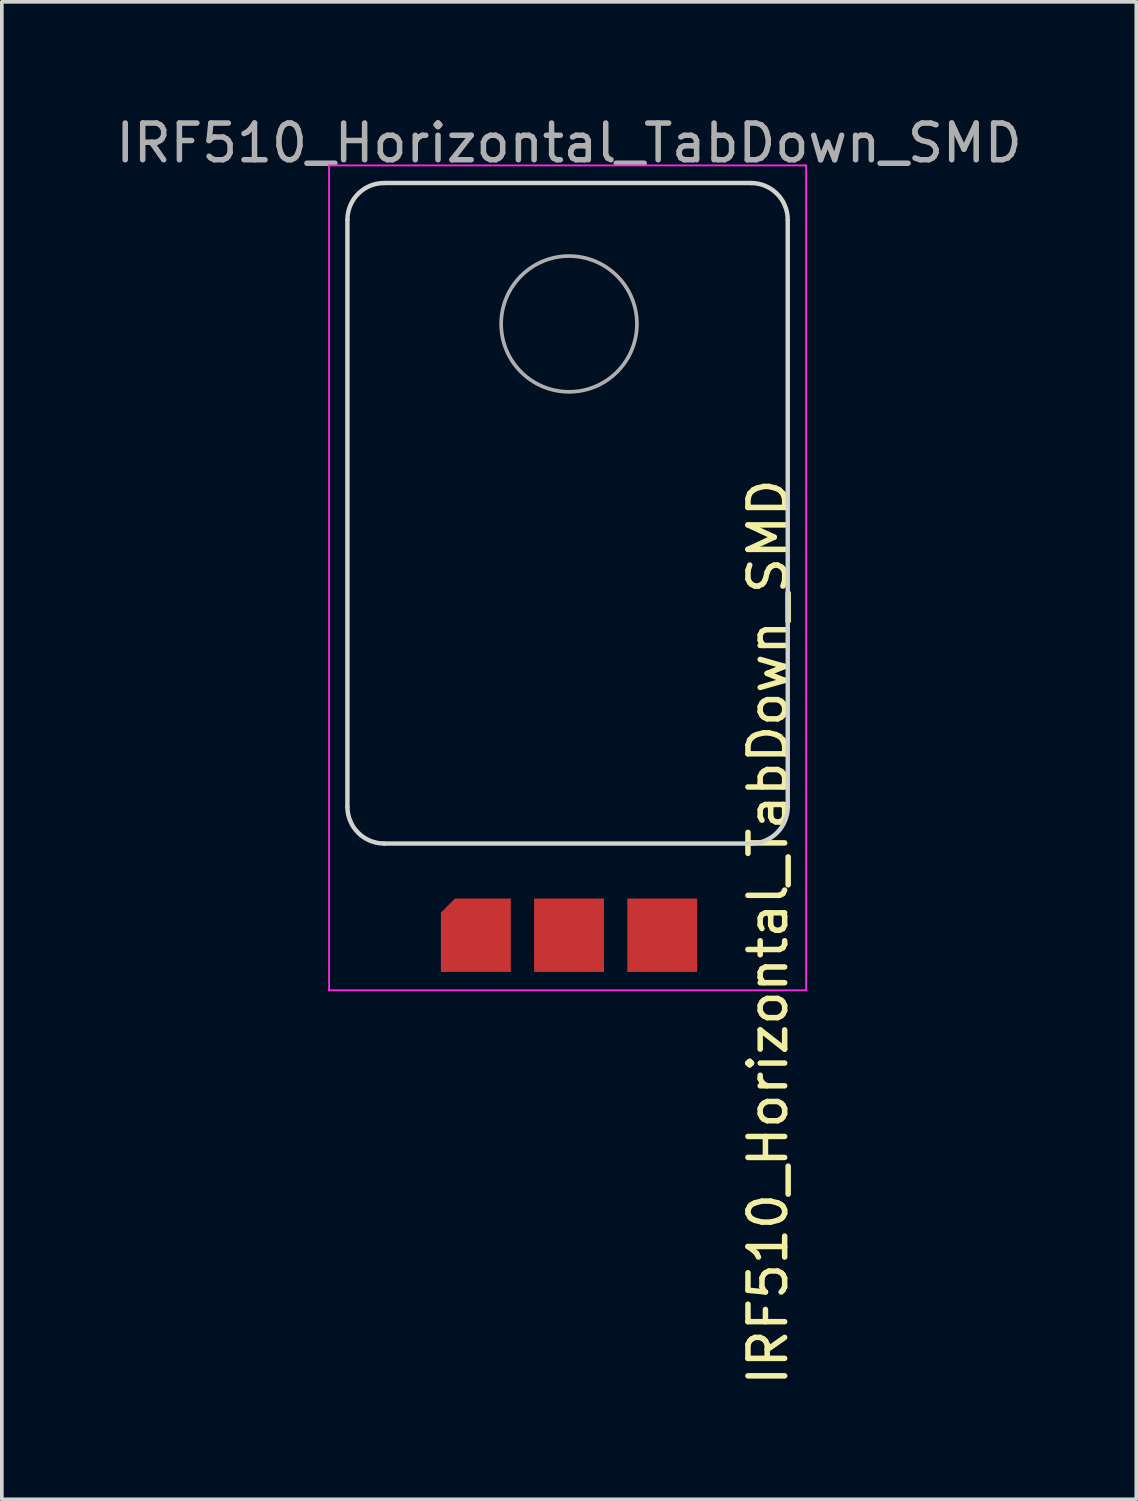
<source format=kicad_pcb>
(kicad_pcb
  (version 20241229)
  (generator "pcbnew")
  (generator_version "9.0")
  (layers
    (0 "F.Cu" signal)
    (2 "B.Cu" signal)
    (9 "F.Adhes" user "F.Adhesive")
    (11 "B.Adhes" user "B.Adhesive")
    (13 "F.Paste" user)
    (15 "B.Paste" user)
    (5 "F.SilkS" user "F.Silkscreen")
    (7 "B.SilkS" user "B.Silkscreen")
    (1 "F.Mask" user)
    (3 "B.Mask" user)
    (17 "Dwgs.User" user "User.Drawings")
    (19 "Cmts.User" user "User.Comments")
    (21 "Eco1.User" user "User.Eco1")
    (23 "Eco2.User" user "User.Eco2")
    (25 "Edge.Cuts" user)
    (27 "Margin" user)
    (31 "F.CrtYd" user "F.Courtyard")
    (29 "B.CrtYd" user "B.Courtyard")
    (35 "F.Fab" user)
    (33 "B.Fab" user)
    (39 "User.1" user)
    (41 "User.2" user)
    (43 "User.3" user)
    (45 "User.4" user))
  (footprint "IRF510_Horizontal_TabDown_SMD"
    (layer "F.Cu")
    (at 9.918 22.438)
    (property "Reference" "IRF510_Horizontal_TabDown_SMD" (at 7.961 -0.088 270) (layer "F.SilkS") (effects (font (size 1 1) (thickness 0.15))))
    (attr through_hole)
    (fp_line (start -3.5 -3.5) (end -3.5 -19.5) (stroke (width 0.12) (type solid)) (layer "Edge.Cuts"))
    (fp_line (start -2.5 -20.5) (end 7.5 -20.5) (stroke (width 0.12) (type solid)) (layer "Edge.Cuts"))
    (fp_line (start 7.5 -2.5) (end -2.5 -2.5) (stroke (width 0.12) (type solid)) (layer "Edge.Cuts"))
    (fp_line (start 8.5 -19.5) (end 8.5 -3.5) (stroke (width 0.12) (type solid)) (layer "Edge.Cuts"))
    (fp_arc (start -3.5 -19.5) (mid -3.207107 -20.207107) (end -2.5 -20.5) (stroke (width 0.12) (type solid)) (layer "Edge.Cuts"))
    (fp_arc (start -2.5 -2.5) (mid -3.207107 -2.792893) (end -3.5 -3.5) (stroke (width 0.12) (type solid)) (layer "Edge.Cuts"))
    (fp_arc (start 7.5 -20.5) (mid 8.207107 -20.207107) (end 8.5 -19.5) (stroke (width 0.12) (type solid)) (layer "Edge.Cuts"))
    (fp_arc (start 8.5 -3.5) (mid 8.207107 -2.792893) (end 7.5 -2.5) (stroke (width 0.12) (type solid)) (layer "Edge.Cuts"))
    (fp_line (start -4 -20.98) (end -4 1.5) (stroke (width 0.05) (type solid)) (layer "F.CrtYd"))
    (fp_line (start -4 1.5) (end 9 1.5) (stroke (width 0.05) (type solid)) (layer "F.CrtYd"))
    (fp_line (start 9 -20.98) (end -4 -20.98) (stroke (width 0.05) (type solid)) (layer "F.CrtYd"))
    (fp_line (start 9 1.5) (end 9 -20.98) (stroke (width 0.05) (type solid)) (layer "F.CrtYd"))
    (fp_circle (center 2.54 -16.66) (end 4.39 -16.66) (stroke (width 0.1) (type solid)) (fill no) (layer "F.Fab"))
    (fp_text user "${REFERENCE}" (at 2.54 -21.59 180) (layer "F.Fab") (effects (font (size 1 1) (thickness 0.15))))
    (pad "1" smd roundrect (at 0 0) (size 1.905 2) (layers "F.Cu" "F.Mask" "F.Paste") (roundrect_rratio 0) (chamfer_ratio 0.2) (chamfer top_left))
    (pad "2" smd rect (at 2.54 0) (size 1.905 2) (layers "F.Cu" "F.Mask" "F.Paste"))
    (pad "3" smd rect (at 5.08 0) (size 1.905 2) (layers "F.Cu" "F.Mask" "F.Paste")))
  (gr_rect
    (start -3 -3)
    (end 27.917 37.809)
    (stroke (width 0.1) (type default))
    (fill no)
    (layer "Edge.Cuts")))
</source>
